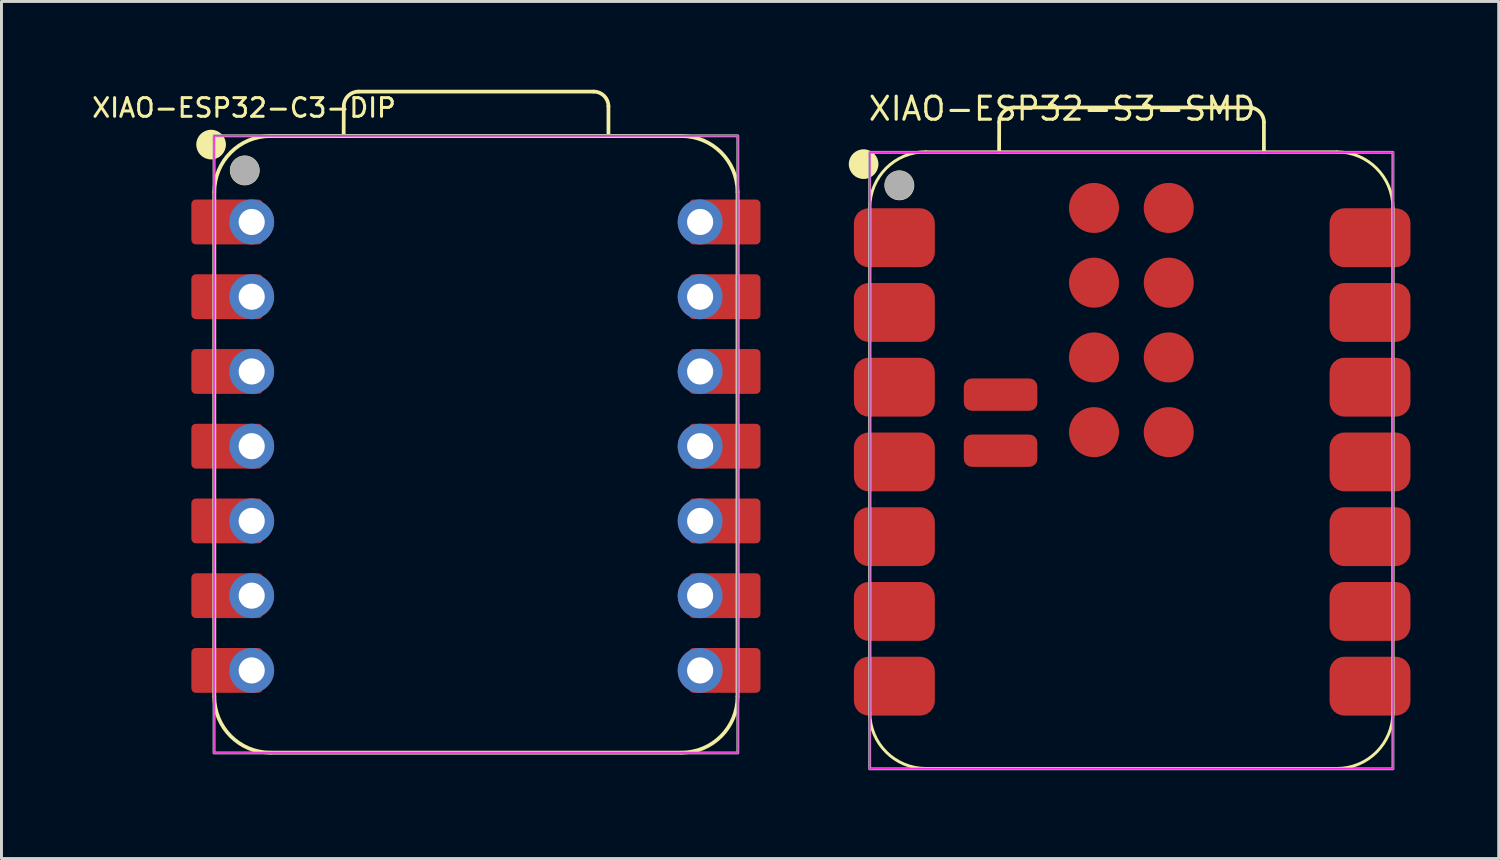
<source format=kicad_pcb>
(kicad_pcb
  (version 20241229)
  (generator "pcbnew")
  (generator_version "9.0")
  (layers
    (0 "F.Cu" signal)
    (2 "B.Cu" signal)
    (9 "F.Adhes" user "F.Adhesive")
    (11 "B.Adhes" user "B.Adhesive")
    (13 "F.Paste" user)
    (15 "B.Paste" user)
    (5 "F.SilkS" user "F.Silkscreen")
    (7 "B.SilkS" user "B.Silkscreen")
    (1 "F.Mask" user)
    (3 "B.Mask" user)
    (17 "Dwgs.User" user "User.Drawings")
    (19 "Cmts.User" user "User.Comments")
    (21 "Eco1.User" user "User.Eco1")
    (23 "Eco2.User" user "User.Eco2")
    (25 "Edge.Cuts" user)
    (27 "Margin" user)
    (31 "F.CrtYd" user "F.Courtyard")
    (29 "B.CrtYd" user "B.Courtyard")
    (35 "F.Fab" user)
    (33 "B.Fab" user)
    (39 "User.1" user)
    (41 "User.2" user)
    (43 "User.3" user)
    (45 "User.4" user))
  (footprint "XIAO-ESP32-C3-DIP"
    (layer "F.Cu")
    (at 13.244 12.114)
    (property "Reference" "XIAO-ESP32-C3-DIP" (at -8 -11.5 0) (unlocked yes) (layer "F.SilkS") (effects (font (size 0.635 0.635) (thickness 0.102))))
    (attr smd)
    (fp_line (start -9.01 8.509) (end -9.01 -8.636) (stroke (width 0.127) (type solid)) (layer "F.SilkS"))
    (fp_line (start -7.105 10.414) (end 6.865 10.414) (stroke (width 0.127) (type solid)) (layer "F.SilkS"))
    (fp_line (start -4.615 -10.541) (end -4.611 -11.551) (stroke (width 0.127) (type solid)) (layer "F.SilkS"))
    (fp_line (start -4.111 -12.051) (end 3.884 -12.051) (stroke (width 0.127) (type solid)) (layer "F.SilkS"))
    (fp_line (start 4.384 -11.551) (end 4.384 -10.541) (stroke (width 0.127) (type solid)) (layer "F.SilkS"))
    (fp_line (start 6.865 -10.541) (end -7.105 -10.541) (stroke (width 0.1) (type solid)) (layer "F.SilkS"))
    (fp_line (start 6.865 -10.541) (end -7.105 -10.541) (stroke (width 0.127) (type solid)) (layer "F.SilkS"))
    (fp_line (start 8.77 8.509) (end 8.77 -8.636) (stroke (width 0.127) (type solid)) (layer "F.SilkS"))
    (fp_arc (start -9.01 -8.636) (mid -8.452038 -9.983038) (end -7.105 -10.541) (stroke (width 0.127) (type solid)) (layer "F.SilkS"))
    (fp_arc (start -7.105 10.414) (mid -8.452038 9.856038) (end -9.01 8.509) (stroke (width 0.127) (type solid)) (layer "F.SilkS"))
    (fp_arc (start -4.611272 -11.551272) (mid -4.464728 -11.90464) (end -4.111272 -12.051) (stroke (width 0.127) (type default)) (layer "F.SilkS"))
    (fp_arc (start 3.884 -12.051) (mid 4.237553 -11.904553) (end 4.384 -11.551) (stroke (width 0.127) (type default)) (layer "F.SilkS"))
    (fp_arc (start 6.865 -10.541) (mid 8.212038 -9.983038) (end 8.77 -8.636) (stroke (width 0.127) (type solid)) (layer "F.SilkS"))
    (fp_arc (start 8.77 8.509) (mid 8.212038 9.856038) (end 6.865 10.414) (stroke (width 0.127) (type solid)) (layer "F.SilkS"))
    (fp_circle (center -9.12 -10.25) (end -9.12 -10.504) (stroke (width 0.5) (type solid)) (fill yes) (layer "F.SilkS"))
    (fp_circle (center -7.977 -9.37) (end -7.977 -9.624) (stroke (width 0.5) (type solid)) (fill yes) (layer "F.SilkS"))
    (fp_rect (start -9.02 -10.55) (end 8.78 10.425) (stroke (width 0.05) (type default)) (fill no) (layer "F.CrtYd"))
    (fp_rect (start -9.02 -10.55) (end 8.78 10.425) (stroke (width 0.1) (type default)) (fill no) (layer "F.Fab"))
    (fp_circle (center -7.974 -9.376) (end -7.974 -9.63) (stroke (width 0.5) (type solid)) (fill no) (layer "F.Fab"))
    (pad "1" smd roundrect (at -8.575 -7.62 180) (size 2.432 1.524) (layers "F.Cu" "F.Mask") (roundrect_rratio 0.1))
    (pad "1" thru_hole circle (at -7.74 -7.62 180) (size 1.524 1.524) (drill 0.889) (layers "*.Cu" "*.Mask"))
    (pad "2" smd roundrect (at -8.575 -5.08 180) (size 2.432 1.524) (layers "F.Cu" "F.Mask") (roundrect_rratio 0.1))
    (pad "2" thru_hole circle (at -7.74 -5.08 180) (size 1.524 1.524) (drill 0.889) (layers "*.Cu" "*.Mask"))
    (pad "3" smd roundrect (at -8.575 -2.54 180) (size 2.432 1.524) (layers "F.Cu" "F.Mask") (roundrect_rratio 0.1))
    (pad "3" thru_hole circle (at -7.74 -2.54 180) (size 1.524 1.524) (drill 0.889) (layers "*.Cu" "*.Mask"))
    (pad "4" smd roundrect (at -8.575 0 180) (size 2.432 1.524) (layers "F.Cu" "F.Mask") (roundrect_rratio 0.1))
    (pad "4" thru_hole circle (at -7.74 0 180) (size 1.524 1.524) (drill 0.889) (layers "*.Cu" "*.Mask"))
    (pad "5" smd roundrect (at -8.575 2.54 180) (size 2.432 1.524) (layers "F.Cu" "F.Mask") (roundrect_rratio 0.1))
    (pad "5" thru_hole circle (at -7.74 2.54 180) (size 1.524 1.524) (drill 0.889) (layers "*.Cu" "*.Mask"))
    (pad "6" smd roundrect (at -8.575 5.08 180) (size 2.432 1.524) (layers "F.Cu" "F.Mask") (roundrect_rratio 0.1))
    (pad "6" thru_hole circle (at -7.74 5.08 180) (size 1.524 1.524) (drill 0.889) (layers "*.Cu" "*.Mask"))
    (pad "7" smd roundrect (at -8.575 7.62 180) (size 2.432 1.524) (layers "F.Cu" "F.Mask") (roundrect_rratio 0.1))
    (pad "7" thru_hole circle (at -7.74 7.62 180) (size 1.524 1.524) (drill 0.889) (layers "*.Cu" "*.Mask"))
    (pad "8" thru_hole circle (at 7.5 7.62) (size 1.524 1.524) (drill 0.889) (layers "*.Cu" "*.Mask"))
    (pad "8" smd roundrect (at 8.335 7.62) (size 2.432 1.524) (layers "F.Cu" "F.Mask") (roundrect_rratio 0.1))
    (pad "9" thru_hole circle (at 7.5 5.08) (size 1.524 1.524) (drill 0.889) (layers "*.Cu" "*.Mask"))
    (pad "9" smd roundrect (at 8.335 5.08) (size 2.432 1.524) (layers "F.Cu" "F.Mask") (roundrect_rratio 0.1))
    (pad "10" thru_hole circle (at 7.5 2.54) (size 1.524 1.524) (drill 0.889) (layers "*.Cu" "*.Mask"))
    (pad "10" smd roundrect (at 8.335 2.54) (size 2.432 1.524) (layers "F.Cu" "F.Mask") (roundrect_rratio 0.1))
    (pad "11" thru_hole circle (at 7.5 0) (size 1.524 1.524) (drill 0.889) (layers "*.Cu" "*.Mask"))
    (pad "11" smd roundrect (at 8.335 0) (size 2.432 1.524) (layers "F.Cu" "F.Mask") (roundrect_rratio 0.1))
    (pad "12" thru_hole circle (at 7.5 -2.54) (size 1.524 1.524) (drill 0.889) (layers "*.Cu" "*.Mask"))
    (pad "12" smd roundrect (at 8.335 -2.54) (size 2.432 1.524) (layers "F.Cu" "F.Mask") (roundrect_rratio 0.1))
    (pad "13" thru_hole circle (at 7.5 -5.08) (size 1.524 1.524) (drill 0.889) (layers "*.Cu" "*.Mask"))
    (pad "13" smd roundrect (at 8.335 -5.08) (size 2.432 1.524) (layers "F.Cu" "F.Mask") (roundrect_rratio 0.1))
    (pad "14" thru_hole circle (at 7.5 -7.62) (size 1.524 1.524) (drill 0.889) (layers "*.Cu" "*.Mask"))
    (pad "14" smd roundrect (at 8.335 -7.62) (size 2.432 1.524) (layers "F.Cu" "F.Mask") (roundrect_rratio 0.1)))
  (footprint "XIAO-ESP32-S3-SMD"
    (layer "F.Cu")
    (at 35.406 12.602)
    (property "Reference" "XIAO-ESP32-S3-SMD" (at -9 -11.5 0) (layer "F.SilkS") (effects (font (size 0.782 0.782) (thickness 0.107)) (justify left bottom)))
    (fp_line (start -8.896 8.56) (end -8.896 -8.585) (stroke (width 0.1) (type solid)) (layer "F.SilkS"))
    (fp_line (start -6.991 10.465) (end 6.979 10.465) (stroke (width 0.1) (type solid)) (layer "F.SilkS"))
    (fp_line (start -4.501 -10.49) (end -4.498 -11.5) (stroke (width 0.127) (type solid)) (layer "F.SilkS"))
    (fp_line (start -3.998 -12) (end 3.998 -12) (stroke (width 0.127) (type solid)) (layer "F.SilkS"))
    (fp_line (start 4.498 -11.5) (end 4.498 -10.49) (stroke (width 0.127) (type solid)) (layer "F.SilkS"))
    (fp_line (start 6.979 -10.49) (end -6.991 -10.49) (stroke (width 0.1) (type solid)) (layer "F.SilkS"))
    (fp_line (start 8.884 8.56) (end 8.884 -8.585) (stroke (width 0.1) (type solid)) (layer "F.SilkS"))
    (fp_arc (start -8.896364 -8.589) (mid -8.338402 -9.936038) (end -6.991364 -10.494) (stroke (width 0.1) (type solid)) (layer "F.SilkS"))
    (fp_arc (start -6.991364 10.465) (mid -8.338402 9.907038) (end -8.896364 8.56) (stroke (width 0.1) (type solid)) (layer "F.SilkS"))
    (fp_arc (start -4.497636 -11.500272) (mid -4.351088 -11.853644) (end -3.997636 -12) (stroke (width 0.127) (type default)) (layer "F.SilkS"))
    (fp_arc (start 3.997636 -12) (mid 4.351189 -11.853553) (end 4.497636 -11.5) (stroke (width 0.127) (type default)) (layer "F.SilkS"))
    (fp_arc (start 6.978636 -10.49) (mid 8.325674 -9.932038) (end 8.883636 -8.585) (stroke (width 0.1) (type solid)) (layer "F.SilkS"))
    (fp_arc (start 8.883636 8.56) (mid 8.325674 9.907038) (end 6.978636 10.465) (stroke (width 0.1) (type solid)) (layer "F.SilkS"))
    (fp_circle (center -9.106 -10.074) (end -9.106 -10.328) (stroke (width 0.5) (type solid)) (fill yes) (layer "F.SilkS"))
    (fp_circle (center -7.889 -9.351) (end -7.889 -9.605) (stroke (width 0.5) (type solid)) (fill yes) (layer "F.SilkS"))
    (fp_rect (start -8.899 -10.475) (end 8.891 10.473) (stroke (width 0.05) (type default)) (fill no) (layer "F.CrtYd"))
    (fp_rect (start -8.901 -10.475) (end 8.883 10.476) (stroke (width 0.1) (type default)) (fill no) (layer "F.Fab"))
    (fp_circle (center -7.897 -9.358) (end -7.897 -9.612) (stroke (width 0.5) (type solid)) (fill no) (layer "F.Fab"))
    (pad "1" smd roundrect (at -8.061 -7.573) (size 2.75 2) (layers "F.Cu" "F.Mask" "F.Paste") (roundrect_rratio 0.25))
    (pad "2" smd roundrect (at -8.061 -5.033) (size 2.75 2) (layers "F.Cu" "F.Mask" "F.Paste") (roundrect_rratio 0.25))
    (pad "3" smd roundrect (at -8.061 -2.493) (size 2.75 2) (layers "F.Cu" "F.Mask" "F.Paste") (roundrect_rratio 0.25))
    (pad "4" smd roundrect (at -8.061 0.047) (size 2.75 2) (layers "F.Cu" "F.Mask" "F.Paste") (roundrect_rratio 0.25))
    (pad "5" smd roundrect (at -8.061 2.587) (size 2.75 2) (layers "F.Cu" "F.Mask" "F.Paste") (roundrect_rratio 0.25))
    (pad "6" smd roundrect (at -8.061 5.127) (size 2.75 2) (layers "F.Cu" "F.Mask" "F.Paste") (roundrect_rratio 0.25))
    (pad "7" smd roundrect (at -8.061 7.667) (size 2.75 2) (layers "F.Cu" "F.Mask" "F.Paste") (roundrect_rratio 0.25))
    (pad "8" smd roundrect (at 8.104 7.667) (size 2.75 2) (layers "F.Cu" "F.Mask" "F.Paste") (roundrect_rratio 0.25))
    (pad "9" smd roundrect (at 8.104 5.127) (size 2.75 2) (layers "F.Cu" "F.Mask" "F.Paste") (roundrect_rratio 0.25))
    (pad "10" smd roundrect (at 8.104 2.587) (size 2.75 2) (layers "F.Cu" "F.Mask" "F.Paste") (roundrect_rratio 0.25))
    (pad "11" smd roundrect (at 8.104 0.047) (size 2.75 2) (layers "F.Cu" "F.Mask" "F.Paste") (roundrect_rratio 0.25))
    (pad "12" smd roundrect (at 8.104 -2.493) (size 2.75 2) (layers "F.Cu" "F.Mask" "F.Paste") (roundrect_rratio 0.25))
    (pad "13" smd roundrect (at 8.104 -5.033) (size 2.75 2) (layers "F.Cu" "F.Mask" "F.Paste") (roundrect_rratio 0.25))
    (pad "14" smd roundrect (at 8.104 -7.573) (size 2.75 2) (layers "F.Cu" "F.Mask" "F.Paste") (roundrect_rratio 0.25))
    (pad "15" smd roundrect (at -4.451 -0.335 180) (size 2.5 1.1) (layers "F.Cu" "F.Mask" "F.Paste") (roundrect_rratio 0.25))
    (pad "16" smd roundrect (at -4.451 -2.24 180) (size 2.5 1.1) (layers "F.Cu" "F.Mask" "F.Paste") (roundrect_rratio 0.25))
    (pad "17" smd circle (at -1.276 -8.585) (size 1.7 1.7) (layers "F.Cu" "F.Mask" "F.Paste"))
    (pad "18" smd circle (at 1.264 -8.585) (size 1.7 1.7) (layers "F.Cu" "F.Mask" "F.Paste"))
    (pad "19" smd circle (at -1.276 -6.045) (size 1.7 1.7) (layers "F.Cu" "F.Mask" "F.Paste"))
    (pad "20" smd circle (at 1.264 -6.045) (size 1.7 1.7) (layers "F.Cu" "F.Mask" "F.Paste"))
    (pad "21" smd circle (at -1.276 -3.505) (size 1.7 1.7) (layers "F.Cu" "F.Mask" "F.Paste"))
    (pad "22" smd circle (at 1.264 -3.505) (size 1.7 1.7) (layers "F.Cu" "F.Mask" "F.Paste"))
    (pad "23" smd circle (at -1.276 -0.965) (size 1.7 1.7) (layers "F.Cu" "F.Mask" "F.Paste"))
    (pad "24" smd circle (at 1.264 -0.965) (size 1.7 1.7) (layers "F.Cu" "F.Mask" "F.Paste")))
  (gr_rect
    (start -3 -3)
    (end 47.884 26.128)
    (stroke (width 0.1) (type default))
    (fill no)
    (layer "Edge.Cuts")))
</source>
